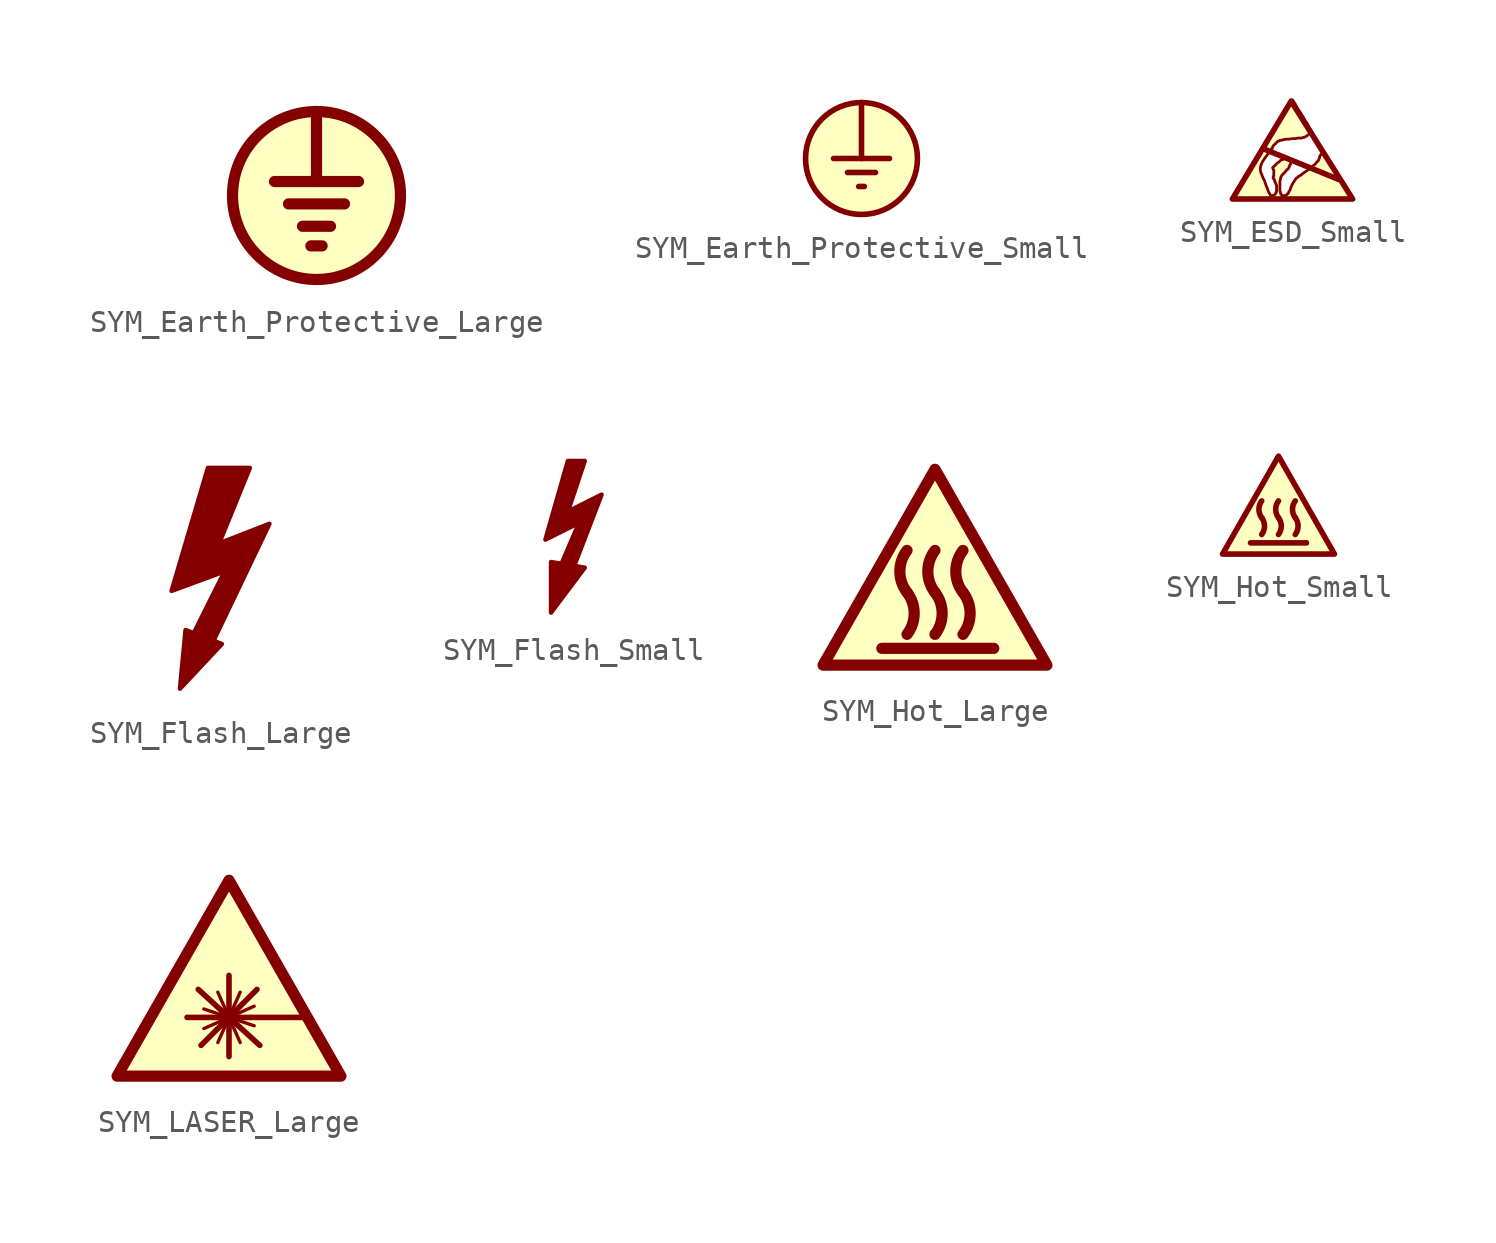
<source format=kicad_sym>
(kicad_symbol_lib
  (version 20231120)
  (generator "kicad_symbol_editor")
  (generator_version "8.0")
  (symbol "SYM_Earth_Protective_Large"
    (property "Reference" "#SYM"
      (at 0 5.08 0)
      (effects (font (size 1.27 1.27)) (hide yes)))
    (symbol "SYM_Earth_Protective_Large_0_1"
      (polyline (pts (xy -1.27 -0.381) (xy 1.27 -0.381)) (stroke (width 0.508) (type default)) (fill (type none)))
      (polyline (pts (xy -0.254 -2.286) (xy 0.254 -2.286)) (stroke (width 0.508) (type default)) (fill (type none)))
      (polyline (pts (xy 0 0.635) (xy 0 3.81)) (stroke (width 0.508) (type default)) (fill (type none)))
      (polyline (pts (xy 1.905 0.635) (xy -1.905 0.635)) (stroke (width 0.508) (type default)) (fill (type none)))
      (polyline (pts (xy 0.635 -1.397) (xy -0.635 -1.397) (xy 0.635 -1.397)) (stroke (width 0.508) (type default)) (fill (type none)))
      (circle (center 0 0) (radius 3.81) (stroke (width 0.508) (type default)) (fill (type background)))))
  (symbol "SYM_Earth_Protective_Small"
    (property "Reference" "#SYM"
      (at 0 3.81 0)
      (effects (font (size 1.27 1.27)) (hide yes)))
    (symbol "SYM_Earth_Protective_Small_0_1"
      (polyline (pts (xy -0.635 -0.635) (xy 0.635 -0.635)) (stroke (width 0.254) (type default)) (fill (type none)))
      (polyline (pts (xy -0.127 -1.27) (xy 0.127 -1.27)) (stroke (width 0.254) (type default)) (fill (type none)))
      (polyline (pts (xy 0 0) (xy 0 2.54)) (stroke (width 0.254) (type default)) (fill (type none)))
      (polyline (pts (xy 1.27 0) (xy -1.27 0)) (stroke (width 0.254) (type default)) (fill (type none)))
      (circle (center 0 0) (radius 2.54) (stroke (width 0.254) (type default)) (fill (type background)))))
  (symbol "SYM_ESD_Small"
    (property "Reference" "#SYM"
      (at 0 3.556 0)
      (effects (font (size 1.27 1.27)) (hide yes)))
    (symbol "SYM_ESD_Small_0_0"
      (polyline (pts (xy -1.27 0.381) (xy 2.159 -1.016)) (stroke (width 0.254) (type default)) (fill (type none)))
      (polyline (pts (xy -2.667 -1.905) (xy 2.794 -1.905) (xy 0 2.54) (xy -2.667 -1.905)) (stroke (width 0.254) (type default)) (fill (type none)))
      (polyline (pts (xy 2.743 -1.905) (xy 2.718 -1.88) (xy 2.616 -1.676) (xy 2.565 -1.6) (xy 2.489 -1.499) (xy 2.438 -1.372) (xy 1.753 -0.229) (xy 1.702 -0.127) (xy 1.626 -0.051) (xy 1.6 0.051) (xy 1.549 0.102) (xy 1.499 0.203) (xy 1.473 0.229) (xy 1.473 0.203) (xy 1.448 0.203) (xy 1.321 0.076) (xy 1.295 0.025) (xy 1.295 -0.025) (xy 1.27 -0.076) (xy 1.245 -0.152) (xy 1.143 -0.254) (xy 1.092 -0.33) (xy 1.041 -0.356) (xy 0.914 -0.483) (xy 0.762 -0.584) (xy 0.66 -0.66) (xy 0.508 -0.762) (xy 0.457 -0.813) (xy 0.356 -0.864) (xy 0.305 -0.914) (xy 0.229 -0.965) (xy 0.076 -1.194) (xy 0.025 -1.295) (xy -0.025 -1.422) (xy -0.051 -1.499) (xy -0.102 -1.575) (xy -0.127 -1.651) (xy -0.178 -1.676) (xy -0.203 -1.727) (xy -0.254 -1.753) (xy -0.406 -1.753) (xy -0.406 -1.727) (xy -0.457 -1.702) (xy -0.483 -1.626) (xy -0.508 -1.524) (xy -0.508 -1.092) (xy -0.457 -0.889) (xy -0.406 -0.813) (xy -0.254 -0.66) (xy -0.203 -0.584) (xy -0.127 -0.533) (xy -0.102 -0.483) (xy -0.076 -0.406) (xy -0.051 -0.356) (xy -0.025 -0.33) (xy -0.025 -0.279) (xy 0 -0.229) (xy -0.076 -0.152) (xy -0.127 -0.127) (xy -0.152 -0.076) (xy -0.203 -0.051) (xy -0.229 -0.025) (xy -0.254 -0.025) (xy -0.305 -0.076) (xy -0.356 -0.102) (xy -0.432 -0.127) (xy -0.483 -0.152) (xy -0.559 -0.229) (xy -0.61 -0.254) (xy -0.838 -0.483) (xy -0.813 -0.559) (xy -0.787 -0.584) (xy -0.787 -0.864) (xy -0.813 -0.889) (xy -0.813 -0.965) (xy -0.762 -1.016) (xy -0.762 -1.041) (xy -0.66 -1.295) (xy -0.66 -1.575) (xy -0.686 -1.6) (xy -0.686 -1.626) (xy -0.737 -1.702) (xy -0.838 -1.753) (xy -0.914 -1.753) (xy -0.94 -1.727) (xy -0.965 -1.676) (xy -1.016 -1.6) (xy -1.041 -1.524) (xy -1.143 -1.27) (xy -1.219 -1.041) (xy -1.27 -0.965) (xy -1.295 -0.889) (xy -1.321 -0.838) (xy -1.321 -0.813) (xy -1.372 -0.711) (xy -1.397 -0.584) (xy -1.397 -0.483) (xy -1.372 -0.381) (xy -1.321 -0.254) (xy -1.295 -0.203) (xy -1.194 -0.051) (xy -1.041 0.152) (xy -0.991 0.203) (xy -0.965 0.254) (xy -0.914 0.33) (xy -0.889 0.381) (xy -0.864 0.381) (xy -0.813 0.508) (xy -0.61 0.711) (xy -0.533 0.737) (xy -0.508 0.762) (xy -0.432 0.762) (xy -0.356 0.787) (xy -0.229 0.813) (xy -0.102 0.813) (xy 0.051 0.838) (xy 0.203 0.838) (xy 0.305 0.864) (xy 0.483 0.864) (xy 0.533 0.889) (xy 0.584 0.889) (xy 0.686 0.94) (xy 0.711 0.965) (xy 0.762 0.991) (xy 0.813 1.041) (xy 0.864 1.067) (xy 0.889 1.118) (xy 0.914 1.143) (xy 0.914 1.194) (xy 0.889 1.219) (xy 0.864 1.27) (xy 0.813 1.346) (xy 0.711 1.549) (xy 0.635 1.651) (xy 0.584 1.753) (xy 0.508 1.88) (xy 0.457 1.956) (xy 0.381 2.083) (xy 0.305 2.184) (xy 0.254 2.286) (xy 0.203 2.362) (xy 0.178 2.438) (xy 0.102 2.515) (xy 0.102 2.54) (xy 0.076 2.565) (xy 0.076 2.591) (xy 0.025 2.591) (xy 0.025 2.565) (xy -0.025 2.515) (xy -0.102 2.362) (xy -0.254 2.134) (xy -0.305 2.032) (xy -0.457 1.778) (xy -0.559 1.626) (xy -0.762 1.27) (xy -0.889 1.067) (xy -1.016 0.838) (xy -1.168 0.61) (xy -1.321 0.33) (xy -1.397 0.203) (xy -1.524 -0.025) (xy -1.778 -0.432) (xy -1.88 -0.635) (xy -2.007 -0.813) (xy -2.108 -0.991) (xy -2.21 -1.143) (xy -2.286 -1.295) (xy -2.438 -1.549) (xy -2.489 -1.651) (xy -2.565 -1.753) (xy -2.591 -1.829) (xy -2.616 -1.88) (xy -2.642 -1.905) (xy -2.642 -1.93) (xy 2.743 -1.93) (xy 2.743 -1.905)) (stroke (width 0.127) (type default)) (fill (type background)))))
  (symbol "SYM_Flash_Large"
    (property "Reference" "#SYM"
      (at -3.81 0 90)
      (effects (font (size 1.27 1.27)) (hide yes)))
    (symbol "SYM_Flash_Large_0_1"
      (polyline (pts (xy 0.127 -3.556) (xy -1.524 -2.921) (xy -1.778 -5.588) (xy 0.127 -3.556)) (stroke (width 0.203) (type default)) (fill (type outline)))
      (polyline (pts (xy -0.508 4.445) (xy 1.397 4.445) (xy 0 1.016) (xy 2.286 1.905) (xy -0.508 -3.937) (xy -1.397 -3.556) (xy 0.254 -0.254) (xy -2.159 -1.143) (xy -0.508 4.445)) (stroke (width 0.203) (type default)) (fill (type outline)))))
  (symbol "SYM_Flash_Small"
    (property "Reference" "#SYM"
      (at -2.286 0 90)
      (effects (font (size 1.27 1.27)) (hide yes)))
    (symbol "SYM_Flash_Small_0_1"
      (polyline (pts (xy 0.508 -1.016) (xy -1.016 -0.762) (xy -1.016 -3.048) (xy 0.508 -1.016)) (stroke (width 0.203) (type default)) (fill (type outline)))
      (polyline (pts (xy -0.254 3.81) (xy 0.508 3.81) (xy -0.254 1.524) (xy 1.27 2.286) (xy 0 -1.016) (xy -0.508 -0.762) (xy 0.254 1.016) (xy -1.27 0.254) (xy -0.254 3.81)) (stroke (width 0.203) (type default)) (fill (type outline)))))
  (symbol "SYM_Hot_Large"
    (property "Reference" "#SYM"
      (at 0 5.08 0)
      (effects (font (size 1.27 1.27)) (hide yes)))
    (symbol "SYM_Hot_Large_0_1"
      (arc (start -1.27 -3.683) (mid -0.9449 -2.728) (end -1.27 -1.778) (stroke (width 0.508) (type default)) (fill (type none)))
      (arc (start -1.27 0.127) (mid -1.5951 -0.828) (end -1.27 -1.778) (stroke (width 0.508) (type default)) (fill (type none)))
      (arc (start 0 -3.683) (mid 0.3251 -2.728) (end 0 -1.778) (stroke (width 0.508) (type default)) (fill (type none)))
      (polyline (pts (xy -2.413 -4.318) (xy 2.667 -4.318)) (stroke (width 0.508) (type default)) (fill (type none)))
      (polyline (pts (xy -5.08 -5.08) (xy 5.08 -5.08) (xy 0 3.81) (xy -5.08 -5.08)) (stroke (width 0.508) (type default)) (fill (type background)))
      (arc (start 0 0.127) (mid -0.3251 -0.828) (end 0 -1.778) (stroke (width 0.508) (type default)) (fill (type none)))
      (arc (start 1.27 -3.683) (mid 1.5951 -2.728) (end 1.27 -1.778) (stroke (width 0.508) (type default)) (fill (type none)))
      (arc (start 1.27 0.127) (mid 0.9449 -0.828) (end 1.27 -1.778) (stroke (width 0.508) (type default)) (fill (type none)))))
  (symbol "SYM_Hot_Small"
    (property "Reference" "#SYM"
      (at 0 3.556 0)
      (effects (font (size 1.27 1.27)) (hide yes)))
    (symbol "SYM_Hot_Small_0_1"
      (arc (start -0.762 -1.016) (mid -0.635 -0.635) (end -0.762 -0.254) (stroke (width 0.254) (type default)) (fill (type none)))
      (arc (start -0.762 0.508) (mid -0.889 0.127) (end -0.762 -0.254) (stroke (width 0.254) (type default)) (fill (type none)))
      (arc (start 0 -1.016) (mid 0.127 -0.635) (end 0 -0.254) (stroke (width 0.254) (type default)) (fill (type none)))
      (polyline (pts (xy 1.27 -1.397) (xy -1.27 -1.397)) (stroke (width 0.254) (type default)) (fill (type none)))
      (polyline (pts (xy -2.54 -1.905) (xy 2.54 -1.905) (xy 0 2.54) (xy -2.54 -1.905)) (stroke (width 0.254) (type default)) (fill (type background)))
      (arc (start 0 0.508) (mid -0.127 0.127) (end 0 -0.254) (stroke (width 0.254) (type default)) (fill (type none)))
      (arc (start 0.762 -1.016) (mid 0.889 -0.635) (end 0.762 -0.254) (stroke (width 0.254) (type default)) (fill (type none)))
      (arc (start 0.762 0.508) (mid 0.635 0.127) (end 0.762 -0.254) (stroke (width 0.254) (type default)) (fill (type none)))))
  (symbol "SYM_LASER_Large"
    (property "Reference" "#SYM"
      (at 0 5.08 0)
      (effects (font (size 1.27 1.27)) (hide yes)))
    (symbol "SYM_LASER_Large_0_1"
      (polyline (pts (xy -1.905 -2.413) (xy 3.556 -2.413)) (stroke (width 0.254) (type default)) (fill (type none)))
      (polyline (pts (xy -1.27 -3.683) (xy 1.27 -1.143)) (stroke (width 0.254) (type default)) (fill (type none)))
      (polyline (pts (xy -1.143 -2.921) (xy 1.143 -1.905)) (stroke (width 0) (type default)) (fill (type none)))
      (polyline (pts (xy -1.143 -2.032) (xy 1.143 -2.794)) (stroke (width 0) (type default)) (fill (type none)))
      (polyline (pts (xy -0.508 -1.27) (xy 0.508 -3.556)) (stroke (width 0) (type default)) (fill (type none)))
      (polyline (pts (xy 0 -4.191) (xy 0 -0.508)) (stroke (width 0.254) (type default)) (fill (type none)))
      (polyline (pts (xy 0.508 -1.27) (xy -0.508 -3.556)) (stroke (width 0) (type default)) (fill (type none)))
      (polyline (pts (xy 1.397 -3.683) (xy -1.397 -1.143)) (stroke (width 0.254) (type default)) (fill (type none)))
      (polyline (pts (xy -5.08 -5.08) (xy 5.08 -5.08) (xy 0 3.81) (xy -5.08 -5.08)) (stroke (width 0.508) (type default)) (fill (type background))))))
</source>
